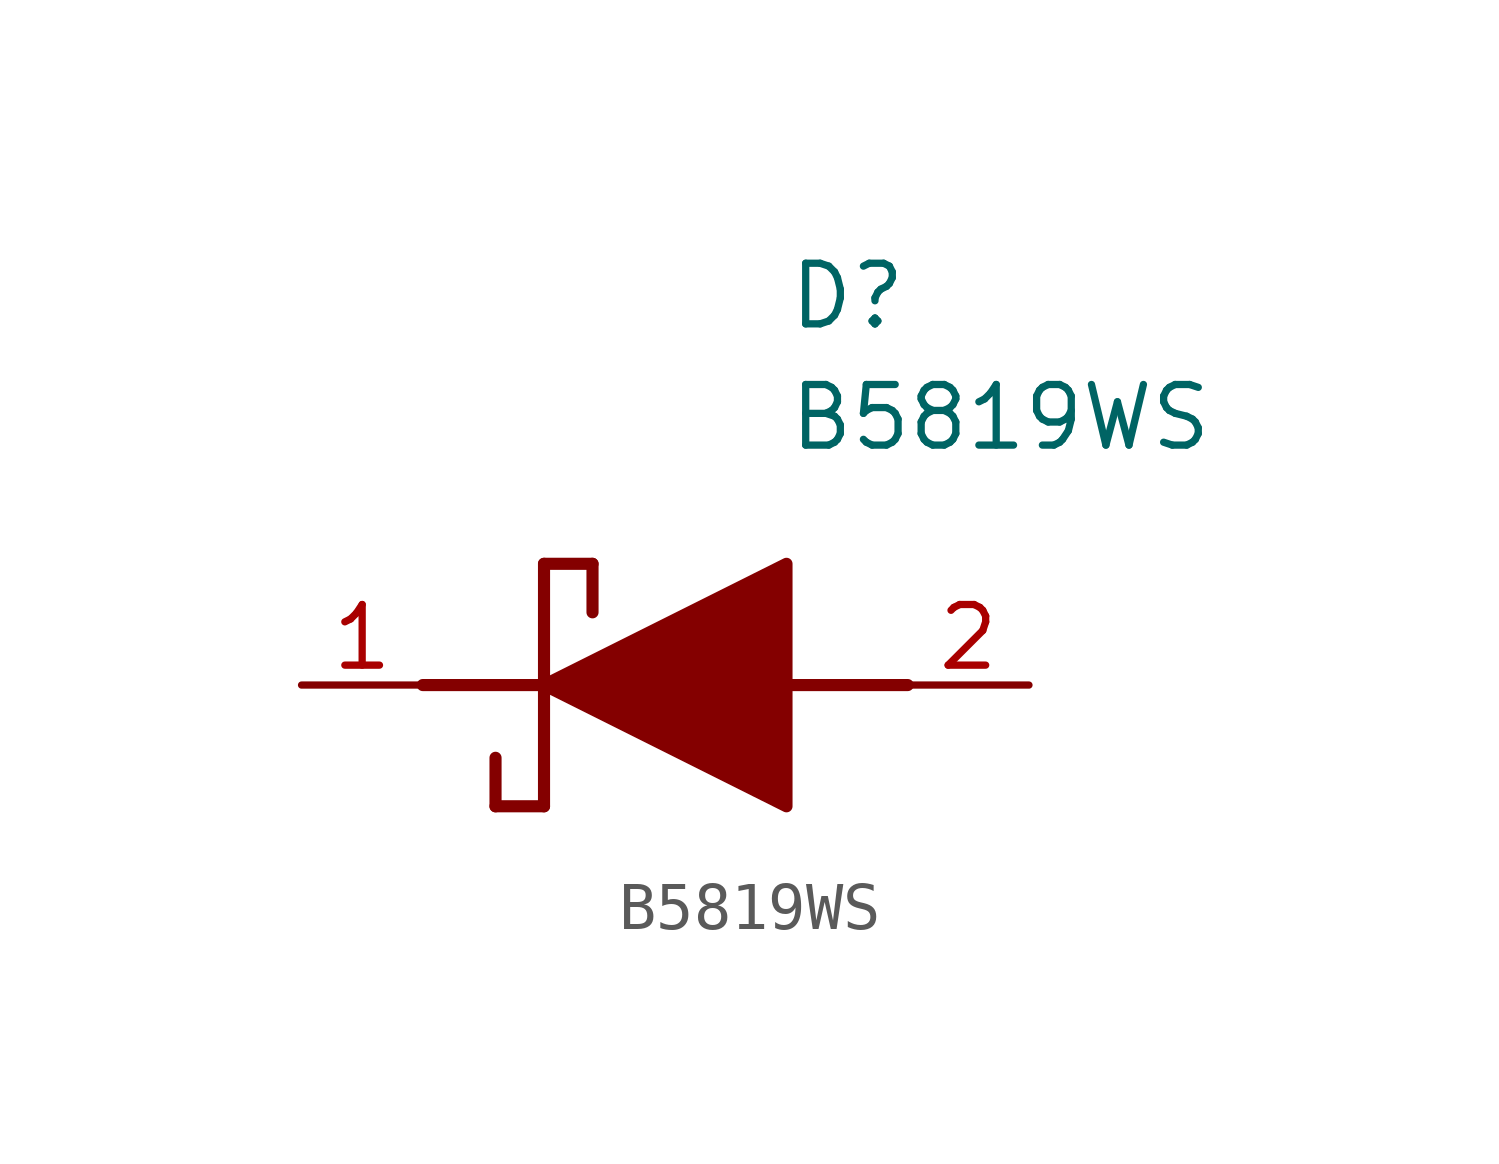
<source format=kicad_sym>
(kicad_symbol_lib
  (version 20211014)
  (generator SamacSys_ECAD_Model)
  (symbol "B5819WS"
    (pin_names hide)
    (property "Reference" "D"
      (at 12.7 8.89 0)
      (effects (font (size 1.27 1.27)) (justify left top)))
    (property "Value" "B5819WS"
      (at 12.7 6.35 0)
      (effects (font (size 1.27 1.27)) (justify left top)))
    (polyline
      (pts (xy 7.62 2.54) (xy 7.62 -2.54))
      (stroke (width 0.254) (type default))
      (fill (type none)))
    (polyline
      (pts (xy 7.62 2.54) (xy 8.636 2.54))
      (stroke (width 0.254) (type default))
      (fill (type none)))
    (polyline
      (pts (xy 8.636 1.524) (xy 8.636 2.54))
      (stroke (width 0.254) (type default))
      (fill (type none)))
    (polyline
      (pts (xy 7.62 -2.54) (xy 6.604 -2.54))
      (stroke (width 0.254) (type default))
      (fill (type none)))
    (polyline
      (pts (xy 6.604 -1.524) (xy 6.604 -2.54))
      (stroke (width 0.254) (type default))
      (fill (type none)))
    (polyline
      (pts (xy 5.08 0) (xy 7.62 0))
      (stroke (width 0.254) (type default))
      (fill (type none)))
    (polyline
      (pts (xy 12.7 0) (xy 15.24 0))
      (stroke (width 0.254) (type default))
      (fill (type none)))
    (polyline
      (pts (xy 7.62 0) (xy 12.7 2.54) (xy 12.7 -2.54) (xy 7.62 0))
      (stroke (width 0.254) (type default))
      (fill (type outline)))
    (pin passive line
      (at 2.54 0 0)
      (length 2.54)
      (name "K" (effects (font (size 1.27 1.27))))
      (number "1" (effects (font (size 1.27 1.27)))))
    (pin passive line
      (at 17.78 0 180)
      (length 2.54)
      (name "A" (effects (font (size 1.27 1.27))))
      (number "2" (effects (font (size 1.27 1.27)))))))
</source>
